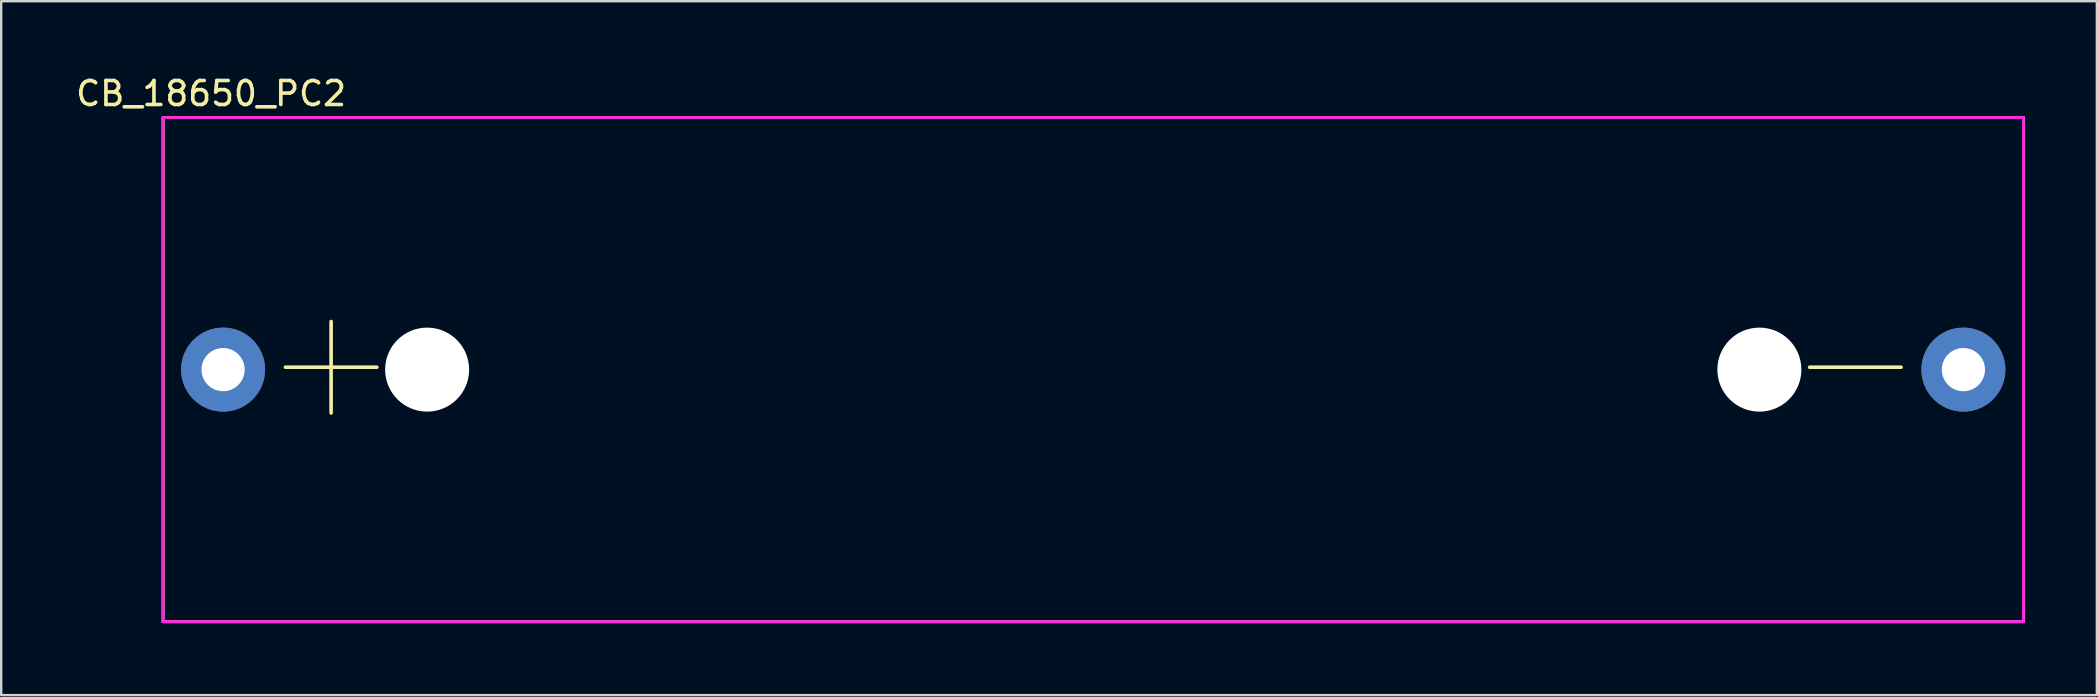
<source format=kicad_pcb>
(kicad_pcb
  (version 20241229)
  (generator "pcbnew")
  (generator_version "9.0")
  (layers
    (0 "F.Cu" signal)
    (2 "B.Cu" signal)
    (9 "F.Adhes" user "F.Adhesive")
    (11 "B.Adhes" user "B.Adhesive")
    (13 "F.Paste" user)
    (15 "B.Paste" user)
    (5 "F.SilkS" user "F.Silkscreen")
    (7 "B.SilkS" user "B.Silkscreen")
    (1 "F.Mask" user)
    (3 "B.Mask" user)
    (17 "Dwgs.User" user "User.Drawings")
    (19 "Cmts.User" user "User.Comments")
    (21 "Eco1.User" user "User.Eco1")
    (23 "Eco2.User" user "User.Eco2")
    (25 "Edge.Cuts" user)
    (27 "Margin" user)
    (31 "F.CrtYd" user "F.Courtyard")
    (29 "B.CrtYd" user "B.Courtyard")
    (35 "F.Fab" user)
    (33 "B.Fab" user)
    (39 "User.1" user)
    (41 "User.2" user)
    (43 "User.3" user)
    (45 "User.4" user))
  (footprint "CB_18650_PC2"
    (layer "F.Cu")
    (at 3.744 1.848)
    (property "Reference" "CB_18650_PC2" (at 2 -1 0) (layer "F.SilkS") (effects (font (size 1 1) (thickness 0.15))))
    (attr through_hole)
    (fp_line (start 0 0) (end 77.5 0) (stroke (width 0.12) (type solid)) (layer "F.SilkS"))
    (fp_line (start 0 21) (end 0 0) (stroke (width 0.12) (type solid)) (layer "F.SilkS"))
    (fp_line (start 77.5 0) (end 77.5 21) (stroke (width 0.12) (type solid)) (layer "F.SilkS"))
    (fp_line (start 77.5 21) (end 0 21) (stroke (width 0.12) (type solid)) (layer "F.SilkS"))
    (fp_line (start 0 0) (end 77.5 0) (stroke (width 0.12) (type solid)) (layer "F.CrtYd"))
    (fp_line (start 0 21) (end 0 0) (stroke (width 0.12) (type solid)) (layer "F.CrtYd"))
    (fp_line (start 77.5 0) (end 77.5 21) (stroke (width 0.12) (type solid)) (layer "F.CrtYd"))
    (fp_line (start 77.5 21) (end 0 21) (stroke (width 0.12) (type solid)) (layer "F.CrtYd"))
    (fp_text user "+" (at 7 10 0) (layer "F.SilkS") (effects (font (size 5 5) (thickness 0.15))))
    (fp_text user "-" (at 70.5 10 0) (layer "F.SilkS") (effects (font (size 5 5) (thickness 0.15))))
    (pad "" np_thru_hole circle (at 11 10.5) (size 3.5 3.5) (drill 3.5) (layers "*.Cu" "*.Mask"))
    (pad "" np_thru_hole circle (at 66.5 10.5) (size 3.5 3.5) (drill 3.5) (layers "*.Cu" "*.Mask"))
    (pad "1" thru_hole circle (at 2.5 10.5) (size 3.5 3.5) (drill 1.8) (layers "*.Cu" "*.Mask"))
    (pad "2" thru_hole circle (at 75 10.5) (size 3.5 3.5) (drill 1.8) (layers "*.Cu" "*.Mask")))
  (gr_rect
    (start -3 -3)
    (end 84.304 25.908)
    (stroke (width 0.1) (type default))
    (fill no)
    (layer "Edge.Cuts")))
</source>
